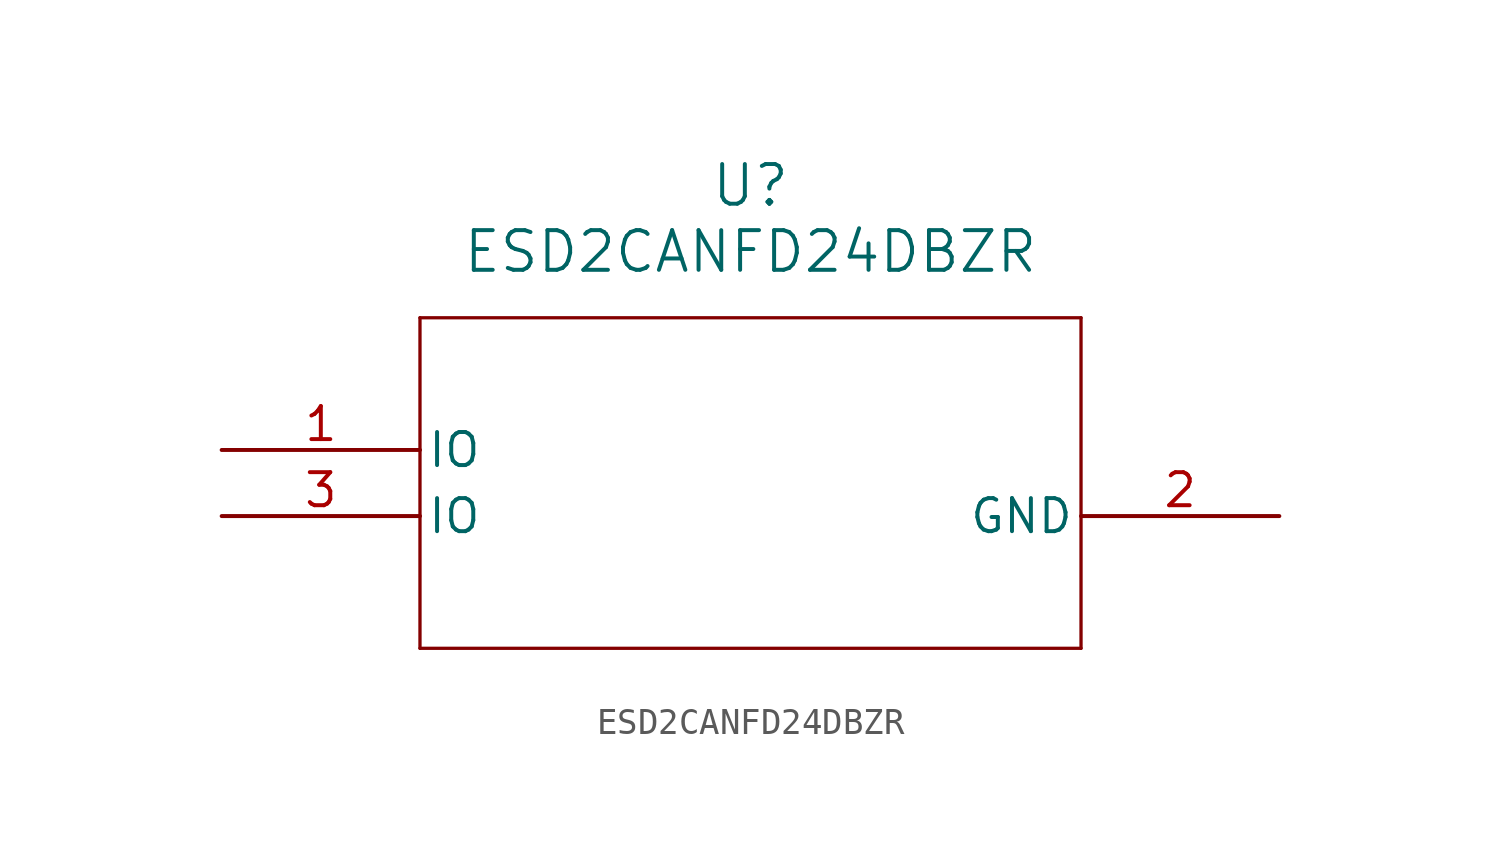
<source format=kicad_sym>
(kicad_symbol_lib
  (version 20211014)
  (generator kicad_symbol_editor)
  (symbol "ESD2CANFD24DBZR"
    (pin_names
      (offset 0.254))
    (property "Reference" "U"
      (at 20.32 10.16 0)
      (effects (font (size 1.524 1.524))))
    (property "Value" "ESD2CANFD24DBZR"
      (at 20.32 7.62 0)
      (effects (font (size 1.524 1.524))))
    (symbol "ESD2CANFD24DBZR_0_1"
      (polyline (pts (xy 7.62 5.08) (xy 7.62 -7.62)) (stroke (width 0.127) (type default) (color 0 0 0 0)) (fill (type none)))
      (polyline (pts (xy 7.62 -7.62) (xy 33.02 -7.62)) (stroke (width 0.127) (type default) (color 0 0 0 0)) (fill (type none)))
      (polyline (pts (xy 33.02 -7.62) (xy 33.02 5.08)) (stroke (width 0.127) (type default) (color 0 0 0 0)) (fill (type none)))
      (polyline (pts (xy 33.02 5.08) (xy 7.62 5.08)) (stroke (width 0.127) (type default) (color 0 0 0 0)) (fill (type none)))
      (pin unspecified line (at 0 0 0) (length 7.62) (name "IO" (effects (font (size 1.27 1.27)))) (number "1" (effects (font (size 1.27 1.27)))))
      (pin power_out line (at 40.64 -2.54 180) (length 7.62) (name "GND" (effects (font (size 1.27 1.27)))) (number "2" (effects (font (size 1.27 1.27)))))
      (pin unspecified line (at 0 -2.54 0) (length 7.62) (name "IO" (effects (font (size 1.27 1.27)))) (number "3" (effects (font (size 1.27 1.27))))))))
</source>
